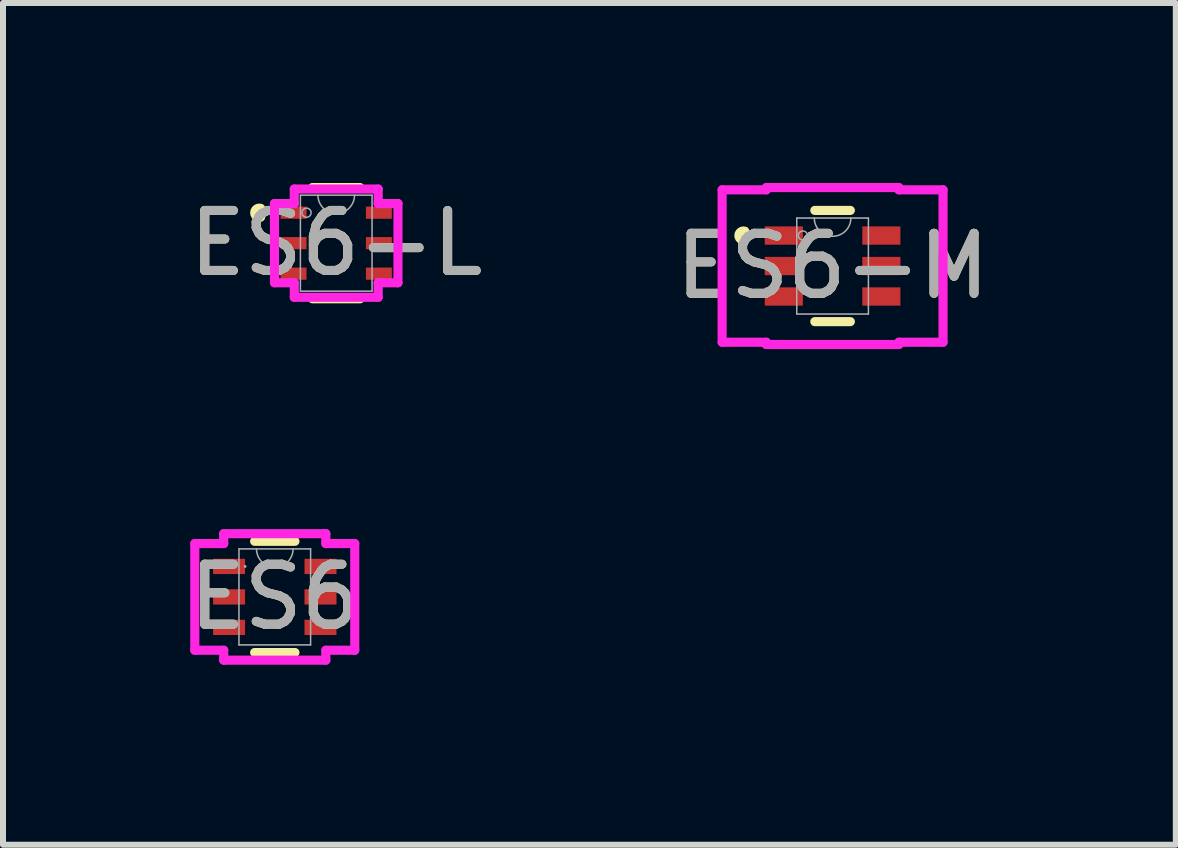
<source format=kicad_pcb>
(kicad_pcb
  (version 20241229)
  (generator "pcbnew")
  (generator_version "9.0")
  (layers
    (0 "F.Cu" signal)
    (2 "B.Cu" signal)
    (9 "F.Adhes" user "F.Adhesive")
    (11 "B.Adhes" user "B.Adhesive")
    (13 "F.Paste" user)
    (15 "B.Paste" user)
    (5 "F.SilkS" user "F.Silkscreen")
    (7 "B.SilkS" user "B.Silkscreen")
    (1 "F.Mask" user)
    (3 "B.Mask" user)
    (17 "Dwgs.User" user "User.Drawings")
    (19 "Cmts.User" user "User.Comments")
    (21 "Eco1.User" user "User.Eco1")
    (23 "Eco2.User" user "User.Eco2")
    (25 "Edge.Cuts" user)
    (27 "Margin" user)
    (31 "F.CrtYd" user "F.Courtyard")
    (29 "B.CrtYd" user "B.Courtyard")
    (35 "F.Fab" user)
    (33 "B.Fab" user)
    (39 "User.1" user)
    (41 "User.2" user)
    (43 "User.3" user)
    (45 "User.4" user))
  (footprint "ES6-L"
    (layer "F.Cu")
    (at 2.554 1.003)
    (property "Reference" "ES6-L" (at 0 0 0) (unlocked yes) (layer "F.SilkS") (effects (font (size 1 1) (thickness 0.15))))
    (attr smd)
    (fp_line (start -0.396 0.927) (end 0.396 0.927) (stroke (width 0.152) (type solid)) (layer "F.SilkS"))
    (fp_line (start 0.396 -0.927) (end -0.396 -0.927) (stroke (width 0.152) (type solid)) (layer "F.SilkS"))
    (fp_arc (start -1.25984 -0.43531) (mid -1.3589 -0.508) (end -1.25984 -0.58069) (stroke (width 0.1524) (type solid)) (layer "F.SilkS"))
    (fp_line (start -1.029 -0.66) (end -0.699 -0.66) (stroke (width 0.152) (type solid)) (layer "F.CrtYd"))
    (fp_line (start -1.029 0.66) (end -1.029 -0.66) (stroke (width 0.152) (type solid)) (layer "F.CrtYd"))
    (fp_line (start -0.699 -0.902) (end 0.699 -0.902) (stroke (width 0.152) (type solid)) (layer "F.CrtYd"))
    (fp_line (start -0.699 -0.66) (end -0.699 -0.902) (stroke (width 0.152) (type solid)) (layer "F.CrtYd"))
    (fp_line (start -0.699 0.66) (end -1.029 0.66) (stroke (width 0.152) (type solid)) (layer "F.CrtYd"))
    (fp_line (start -0.699 0.902) (end -0.699 0.66) (stroke (width 0.152) (type solid)) (layer "F.CrtYd"))
    (fp_line (start 0.699 -0.902) (end 0.699 -0.66) (stroke (width 0.152) (type solid)) (layer "F.CrtYd"))
    (fp_line (start 0.699 -0.66) (end 1.029 -0.66) (stroke (width 0.152) (type solid)) (layer "F.CrtYd"))
    (fp_line (start 0.699 0.66) (end 0.699 0.902) (stroke (width 0.152) (type solid)) (layer "F.CrtYd"))
    (fp_line (start 0.699 0.902) (end -0.699 0.902) (stroke (width 0.152) (type solid)) (layer "F.CrtYd"))
    (fp_line (start 1.029 -0.66) (end 1.029 0.66) (stroke (width 0.152) (type solid)) (layer "F.CrtYd"))
    (fp_line (start 1.029 0.66) (end 0.699 0.66) (stroke (width 0.152) (type solid)) (layer "F.CrtYd"))
    (fp_line (start -0.597 -0.8) (end -0.597 0.8) (stroke (width 0.025) (type solid)) (layer "F.Fab"))
    (fp_line (start -0.597 0.8) (end 0.597 0.8) (stroke (width 0.025) (type solid)) (layer "F.Fab"))
    (fp_line (start 0.597 -0.8) (end -0.597 -0.8) (stroke (width 0.025) (type solid)) (layer "F.Fab"))
    (fp_line (start 0.597 0.8) (end 0.597 -0.8) (stroke (width 0.025) (type solid)) (layer "F.Fab"))
    (fp_arc (start 0.3048 -0.8001) (mid 0 -0.4953) (end -0.3048 -0.8001) (stroke (width 0.0254) (type solid)) (layer "F.Fab"))
    (fp_circle (center -0.495 -0.508) (end -0.419 -0.508) (stroke (width 0.025) (type solid)) (fill no) (layer "F.Fab"))
    (fp_text user "${REFERENCE}" (at 0 0 0) (unlocked yes) (layer "F.Fab") (effects (font (size 1 1) (thickness 0.15))))
    (pad "1" smd rect (at -0.711 -0.508) (size 0.432 0.203) (layers "F.Cu" "F.Mask" "F.Paste"))
    (pad "2" smd rect (at -0.711 0) (size 0.432 0.203) (layers "F.Cu" "F.Mask" "F.Paste"))
    (pad "3" smd rect (at -0.711 0.508) (size 0.432 0.203) (layers "F.Cu" "F.Mask" "F.Paste"))
    (pad "4" smd rect (at 0.711 0.508) (size 0.432 0.203) (layers "F.Cu" "F.Mask" "F.Paste"))
    (pad "5" smd rect (at 0.711 0) (size 0.432 0.203) (layers "F.Cu" "F.Mask" "F.Paste"))
    (pad "6" smd rect (at 0.711 -0.508) (size 0.432 0.203) (layers "F.Cu" "F.Mask" "F.Paste")))
  (footprint "ES6"
    (layer "F.Cu")
    (at 1.53 6.899)
    (property "Reference" "ES6" (at 0 0 0) (unlocked yes) (layer "F.SilkS") (effects (font (size 1 1) (thickness 0.15))))
    (attr smd)
    (fp_line (start -0.336 0.927) (end 0.336 0.927) (stroke (width 0.152) (type solid)) (layer "F.SilkS"))
    (fp_line (start 0.336 -0.927) (end -0.336 -0.927) (stroke (width 0.152) (type solid)) (layer "F.SilkS"))
    (fp_line (start -1.333 -0.889) (end -0.851 -0.889) (stroke (width 0.152) (type solid)) (layer "F.CrtYd"))
    (fp_line (start -1.333 0.889) (end -1.333 -0.889) (stroke (width 0.152) (type solid)) (layer "F.CrtYd"))
    (fp_line (start -0.851 -1.054) (end 0.851 -1.054) (stroke (width 0.152) (type solid)) (layer "F.CrtYd"))
    (fp_line (start -0.851 -0.889) (end -0.851 -1.054) (stroke (width 0.152) (type solid)) (layer "F.CrtYd"))
    (fp_line (start -0.851 0.889) (end -1.333 0.889) (stroke (width 0.152) (type solid)) (layer "F.CrtYd"))
    (fp_line (start -0.851 1.054) (end -0.851 0.889) (stroke (width 0.152) (type solid)) (layer "F.CrtYd"))
    (fp_line (start 0.851 -1.054) (end 0.851 -0.889) (stroke (width 0.152) (type solid)) (layer "F.CrtYd"))
    (fp_line (start 0.851 -0.889) (end 1.333 -0.889) (stroke (width 0.152) (type solid)) (layer "F.CrtYd"))
    (fp_line (start 0.851 0.889) (end 0.851 1.054) (stroke (width 0.152) (type solid)) (layer "F.CrtYd"))
    (fp_line (start 0.851 1.054) (end -0.851 1.054) (stroke (width 0.152) (type solid)) (layer "F.CrtYd"))
    (fp_line (start 1.333 -0.889) (end 1.333 0.889) (stroke (width 0.152) (type solid)) (layer "F.CrtYd"))
    (fp_line (start 1.333 0.889) (end 0.851 0.889) (stroke (width 0.152) (type solid)) (layer "F.CrtYd"))
    (fp_line (start -0.597 -0.8) (end -0.597 0.8) (stroke (width 0.025) (type solid)) (layer "F.Fab"))
    (fp_line (start -0.597 0.8) (end 0.597 0.8) (stroke (width 0.025) (type solid)) (layer "F.Fab"))
    (fp_line (start 0.597 -0.8) (end -0.597 -0.8) (stroke (width 0.025) (type solid)) (layer "F.Fab"))
    (fp_line (start 0.597 0.8) (end 0.597 -0.8) (stroke (width 0.025) (type solid)) (layer "F.Fab"))
    (fp_arc (start 0.3048 -0.8001) (mid 0 -0.4953) (end -0.3048 -0.8001) (stroke (width 0.0254) (type solid)) (layer "F.Fab"))
    (fp_circle (center -0.495 -0.508) (end -0.495 -0.508) (stroke (width 0.025) (type solid)) (fill no) (layer "F.Fab"))
    (fp_text user "${REFERENCE}" (at 0 0 0) (unlocked yes) (layer "F.Fab") (effects (font (size 1 1) (thickness 0.15))))
    (pad "1" smd rect (at -0.762 -0.508) (size 0.533 0.254) (layers "F.Cu" "F.Mask" "F.Paste"))
    (pad "2" smd rect (at -0.762 0) (size 0.533 0.254) (layers "F.Cu" "F.Mask" "F.Paste"))
    (pad "3" smd rect (at -0.762 0.508) (size 0.533 0.254) (layers "F.Cu" "F.Mask" "F.Paste"))
    (pad "4" smd rect (at 0.762 0.508) (size 0.533 0.254) (layers "F.Cu" "F.Mask" "F.Paste"))
    (pad "5" smd rect (at 0.762 0) (size 0.533 0.254) (layers "F.Cu" "F.Mask" "F.Paste"))
    (pad "6" smd rect (at 0.762 -0.508) (size 0.533 0.254) (layers "F.Cu" "F.Mask" "F.Paste")))
  (footprint "ES6-M"
    (layer "F.Cu")
    (at 10.827 1.384)
    (property "Reference" "ES6-M" (at 0 0 0) (unlocked yes) (layer "F.SilkS") (effects (font (size 1 1) (thickness 0.15))))
    (attr smd)
    (fp_line (start -0.296 0.927) (end 0.296 0.927) (stroke (width 0.152) (type solid)) (layer "F.SilkS"))
    (fp_line (start 0.296 -0.927) (end -0.296 -0.927) (stroke (width 0.152) (type solid)) (layer "F.SilkS"))
    (fp_arc (start -1.46304 -0.43531) (mid -1.5621 -0.508) (end -1.46304 -0.58069) (stroke (width 0.1524) (type solid)) (layer "F.SilkS"))
    (fp_line (start -1.841 -1.27) (end -1.105 -1.27) (stroke (width 0.152) (type solid)) (layer "F.CrtYd"))
    (fp_line (start -1.841 1.27) (end -1.841 -1.27) (stroke (width 0.152) (type solid)) (layer "F.CrtYd"))
    (fp_line (start -1.105 -1.308) (end 1.105 -1.308) (stroke (width 0.152) (type solid)) (layer "F.CrtYd"))
    (fp_line (start -1.105 -1.27) (end -1.105 -1.308) (stroke (width 0.152) (type solid)) (layer "F.CrtYd"))
    (fp_line (start -1.105 1.27) (end -1.841 1.27) (stroke (width 0.152) (type solid)) (layer "F.CrtYd"))
    (fp_line (start -1.105 1.308) (end -1.105 1.27) (stroke (width 0.152) (type solid)) (layer "F.CrtYd"))
    (fp_line (start 1.105 -1.308) (end 1.105 -1.27) (stroke (width 0.152) (type solid)) (layer "F.CrtYd"))
    (fp_line (start 1.105 -1.27) (end 1.841 -1.27) (stroke (width 0.152) (type solid)) (layer "F.CrtYd"))
    (fp_line (start 1.105 1.27) (end 1.105 1.308) (stroke (width 0.152) (type solid)) (layer "F.CrtYd"))
    (fp_line (start 1.105 1.308) (end -1.105 1.308) (stroke (width 0.152) (type solid)) (layer "F.CrtYd"))
    (fp_line (start 1.841 -1.27) (end 1.841 1.27) (stroke (width 0.152) (type solid)) (layer "F.CrtYd"))
    (fp_line (start 1.841 1.27) (end 1.105 1.27) (stroke (width 0.152) (type solid)) (layer "F.CrtYd"))
    (fp_line (start -0.597 -0.8) (end -0.597 0.8) (stroke (width 0.025) (type solid)) (layer "F.Fab"))
    (fp_line (start -0.597 0.8) (end 0.597 0.8) (stroke (width 0.025) (type solid)) (layer "F.Fab"))
    (fp_line (start 0.597 -0.8) (end -0.597 -0.8) (stroke (width 0.025) (type solid)) (layer "F.Fab"))
    (fp_line (start 0.597 0.8) (end 0.597 -0.8) (stroke (width 0.025) (type solid)) (layer "F.Fab"))
    (fp_arc (start 0.3048 -0.8001) (mid 0 -0.4953) (end -0.3048 -0.8001) (stroke (width 0.0254) (type solid)) (layer "F.Fab"))
    (fp_circle (center -0.495 -0.508) (end -0.419 -0.508) (stroke (width 0.025) (type solid)) (fill no) (layer "F.Fab"))
    (fp_text user "${REFERENCE}" (at 0 0 0) (unlocked yes) (layer "F.Fab") (effects (font (size 1 1) (thickness 0.15))))
    (pad "1" smd rect (at -0.813 -0.508) (size 0.635 0.305) (layers "F.Cu" "F.Mask" "F.Paste"))
    (pad "2" smd rect (at -0.813 0) (size 0.635 0.305) (layers "F.Cu" "F.Mask" "F.Paste"))
    (pad "3" smd rect (at -0.813 0.508) (size 0.635 0.305) (layers "F.Cu" "F.Mask" "F.Paste"))
    (pad "4" smd rect (at 0.813 0.508) (size 0.635 0.305) (layers "F.Cu" "F.Mask" "F.Paste"))
    (pad "5" smd rect (at 0.813 0) (size 0.635 0.305) (layers "F.Cu" "F.Mask" "F.Paste"))
    (pad "6" smd rect (at 0.813 -0.508) (size 0.635 0.305) (layers "F.Cu" "F.Mask" "F.Paste")))
  (gr_rect
    (start -3 -3)
    (end 16.548 11.029)
    (stroke (width 0.1) (type default))
    (fill no)
    (layer "Edge.Cuts")))
</source>
